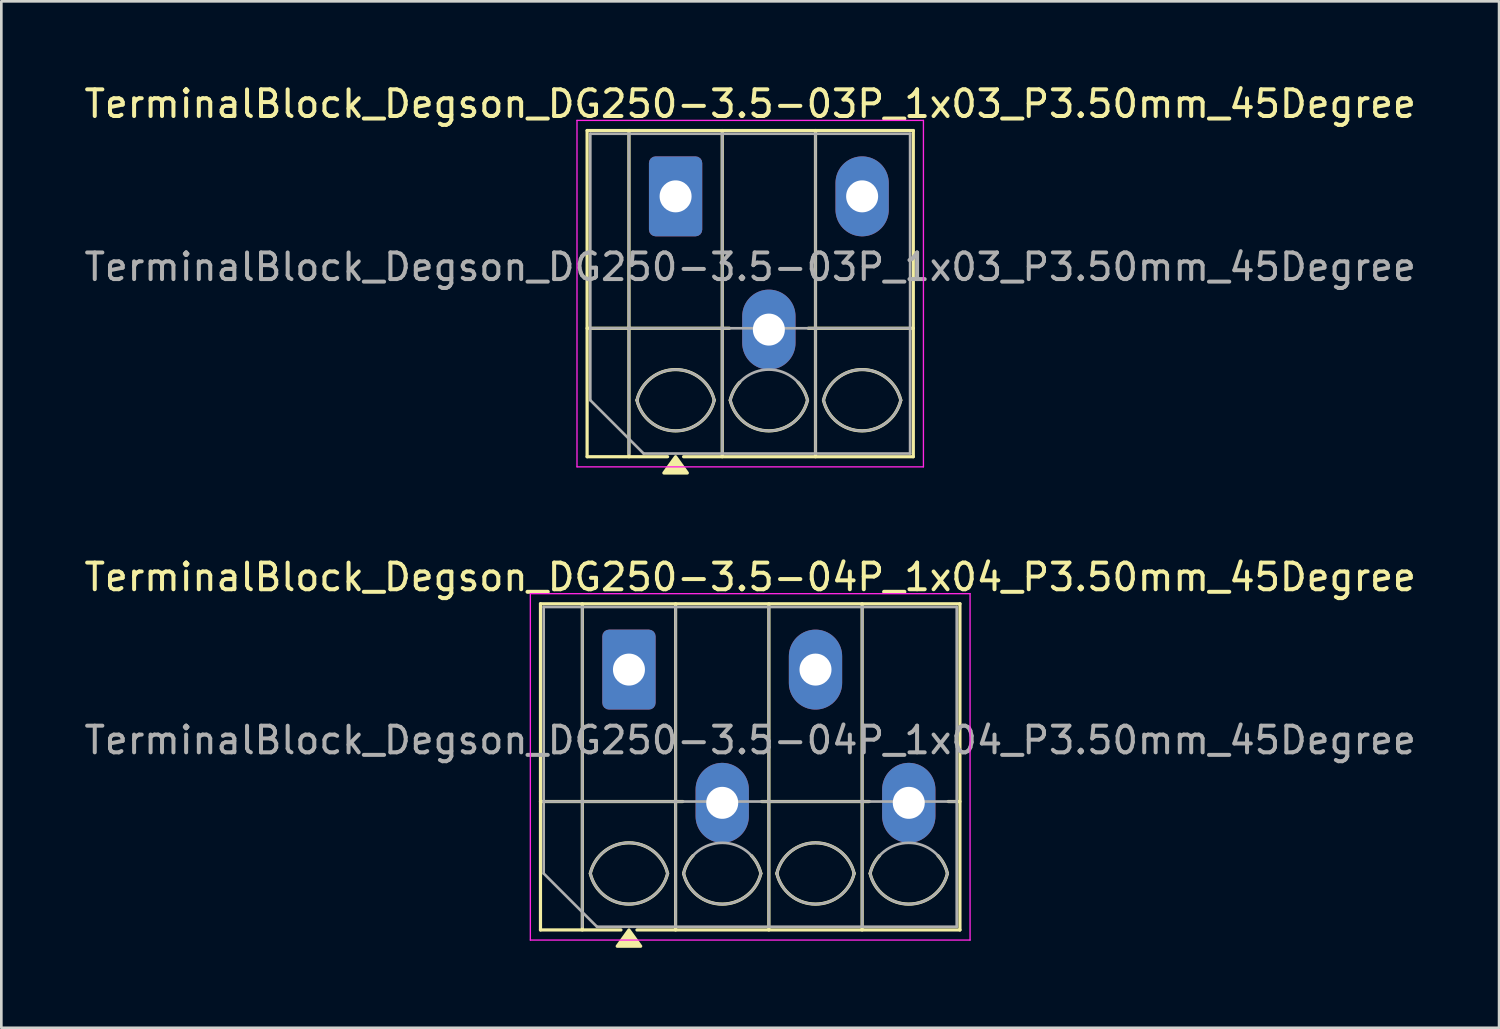
<source format=kicad_pcb>
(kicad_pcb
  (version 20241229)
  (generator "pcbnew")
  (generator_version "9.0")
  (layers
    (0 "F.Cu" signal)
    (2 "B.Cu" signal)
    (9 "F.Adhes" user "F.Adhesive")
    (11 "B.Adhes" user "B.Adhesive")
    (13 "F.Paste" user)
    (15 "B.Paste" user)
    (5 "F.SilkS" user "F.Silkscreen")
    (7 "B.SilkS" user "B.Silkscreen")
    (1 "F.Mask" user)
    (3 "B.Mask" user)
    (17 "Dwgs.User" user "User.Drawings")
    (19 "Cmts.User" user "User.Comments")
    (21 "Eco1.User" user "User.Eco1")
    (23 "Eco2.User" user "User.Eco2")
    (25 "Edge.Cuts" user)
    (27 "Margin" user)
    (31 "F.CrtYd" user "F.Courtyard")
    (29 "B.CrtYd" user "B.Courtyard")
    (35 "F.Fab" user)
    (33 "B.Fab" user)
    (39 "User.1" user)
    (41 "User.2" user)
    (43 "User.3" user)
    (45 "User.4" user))
  (footprint "TerminalBlock_Degson_DG250-3.5-04P_1x04_P3.50mm_45Degree"
    (layer "F.Cu")
    (at 20.551 22.076)
    (property "Reference" "TerminalBlock_Degson_DG250-3.5-04P_1x04_P3.50mm_45Degree" (at 4.55 -3.47 0) (layer "F.SilkS") (effects (font (size 1 1) (thickness 0.15))))
    (attr through_hole)
    (fp_line (start -3.32 -2.47) (end 12.42 -2.47) (stroke (width 0.12) (type solid)) (layer "F.SilkS"))
    (fp_line (start -3.32 4.95) (end 2.02 4.95) (stroke (width 0.12) (type solid)) (layer "F.SilkS"))
    (fp_line (start -3.32 9.77) (end -3.32 -2.47) (stroke (width 0.12) (type solid)) (layer "F.SilkS"))
    (fp_line (start -1.75 -2.47) (end -1.75 9.77) (stroke (width 0.12) (type solid)) (layer "F.SilkS"))
    (fp_line (start -0.3 9.77) (end -3.32 9.77) (stroke (width 0.12) (type solid)) (layer "F.SilkS"))
    (fp_line (start 1.75 -2.47) (end 1.75 9.77) (stroke (width 0.12) (type solid)) (layer "F.SilkS"))
    (fp_line (start 4.98 4.95) (end 9.02 4.95) (stroke (width 0.12) (type solid)) (layer "F.SilkS"))
    (fp_line (start 5.25 -2.47) (end 5.25 9.77) (stroke (width 0.12) (type solid)) (layer "F.SilkS"))
    (fp_line (start 8.75 -2.47) (end 8.75 9.77) (stroke (width 0.12) (type solid)) (layer "F.SilkS"))
    (fp_line (start 11.98 4.95) (end 12.42 4.95) (stroke (width 0.12) (type solid)) (layer "F.SilkS"))
    (fp_line (start 12.42 -2.47) (end 12.42 9.77) (stroke (width 0.12) (type solid)) (layer "F.SilkS"))
    (fp_line (start 12.42 9.77) (end 0.3 9.77) (stroke (width 0.12) (type solid)) (layer "F.SilkS"))
    (fp_arc (start -1.45 7.65) (mid 0 6.5) (end 1.45 7.65) (stroke (width 0.12) (type solid)) (layer "F.SilkS"))
    (fp_arc (start 1.45 7.65) (mid 0 8.8) (end -1.45 7.65) (stroke (width 0.12) (type solid)) (layer "F.SilkS"))
    (fp_arc (start 2.05 7.65) (mid 2.18402 7.291962) (end 2.405 6.98) (stroke (width 0.12) (type solid)) (layer "F.SilkS"))
    (fp_arc (start 4.595 6.98) (mid 4.81598 7.291962) (end 4.95 7.65) (stroke (width 0.12) (type solid)) (layer "F.SilkS"))
    (fp_arc (start 4.95 7.65) (mid 3.5 8.8) (end 2.05 7.65) (stroke (width 0.12) (type solid)) (layer "F.SilkS"))
    (fp_arc (start 5.55 7.65) (mid 7 6.5) (end 8.45 7.65) (stroke (width 0.12) (type solid)) (layer "F.SilkS"))
    (fp_arc (start 8.45 7.65) (mid 7 8.8) (end 5.55 7.65) (stroke (width 0.12) (type solid)) (layer "F.SilkS"))
    (fp_arc (start 9.05 7.65) (mid 9.18402 7.291962) (end 9.405 6.98) (stroke (width 0.12) (type solid)) (layer "F.SilkS"))
    (fp_arc (start 11.595 6.98) (mid 11.81598 7.291962) (end 11.95 7.65) (stroke (width 0.12) (type solid)) (layer "F.SilkS"))
    (fp_arc (start 11.95 7.65) (mid 10.5 8.8) (end 9.05 7.65) (stroke (width 0.12) (type solid)) (layer "F.SilkS"))
    (fp_poly (pts (xy 0 9.77) (xy 0.44 10.38) (xy -0.44 10.38)) (stroke (width 0.12) (type solid)) (fill yes) (layer "F.SilkS"))
    (fp_line (start -3.7 -2.85) (end -3.7 10.15) (stroke (width 0.05) (type solid)) (layer "F.CrtYd"))
    (fp_line (start -3.7 10.15) (end 12.8 10.15) (stroke (width 0.05) (type solid)) (layer "F.CrtYd"))
    (fp_line (start 12.8 -2.85) (end -3.7 -2.85) (stroke (width 0.05) (type solid)) (layer "F.CrtYd"))
    (fp_line (start 12.8 10.15) (end 12.8 -2.85) (stroke (width 0.05) (type solid)) (layer "F.CrtYd"))
    (fp_line (start -3.2 -2.35) (end 12.3 -2.35) (stroke (width 0.1) (type solid)) (layer "F.Fab"))
    (fp_line (start -3.2 4.95) (end 12.3 4.95) (stroke (width 0.1) (type solid)) (layer "F.Fab"))
    (fp_line (start -3.2 7.65) (end -3.2 -2.35) (stroke (width 0.1) (type solid)) (layer "F.Fab"))
    (fp_line (start -1.75 -2.35) (end -1.75 9.65) (stroke (width 0.1) (type solid)) (layer "F.Fab"))
    (fp_line (start -1.2 9.65) (end -3.2 7.65) (stroke (width 0.1) (type solid)) (layer "F.Fab"))
    (fp_line (start 1.75 -2.35) (end 1.75 9.65) (stroke (width 0.1) (type solid)) (layer "F.Fab"))
    (fp_line (start 5.25 -2.35) (end 5.25 9.65) (stroke (width 0.1) (type solid)) (layer "F.Fab"))
    (fp_line (start 8.75 -2.35) (end 8.75 9.65) (stroke (width 0.1) (type solid)) (layer "F.Fab"))
    (fp_line (start 12.3 -2.35) (end 12.3 9.65) (stroke (width 0.1) (type solid)) (layer "F.Fab"))
    (fp_line (start 12.3 9.65) (end -1.2 9.65) (stroke (width 0.1) (type solid)) (layer "F.Fab"))
    (fp_arc (start -1.45 7.65) (mid 0 6.5) (end 1.45 7.65) (stroke (width 0.1) (type solid)) (layer "F.Fab"))
    (fp_arc (start 1.45 7.65) (mid 0 8.8) (end -1.45 7.65) (stroke (width 0.1) (type solid)) (layer "F.Fab"))
    (fp_arc (start 2.05 7.65) (mid 3.5 6.5) (end 4.95 7.65) (stroke (width 0.1) (type solid)) (layer "F.Fab"))
    (fp_arc (start 4.95 7.65) (mid 3.5 8.8) (end 2.05 7.65) (stroke (width 0.1) (type solid)) (layer "F.Fab"))
    (fp_arc (start 5.55 7.65) (mid 7 6.5) (end 8.45 7.65) (stroke (width 0.1) (type solid)) (layer "F.Fab"))
    (fp_arc (start 8.45 7.65) (mid 7 8.8) (end 5.55 7.65) (stroke (width 0.1) (type solid)) (layer "F.Fab"))
    (fp_arc (start 9.05 7.65) (mid 10.5 6.5) (end 11.95 7.65) (stroke (width 0.1) (type solid)) (layer "F.Fab"))
    (fp_arc (start 11.95 7.65) (mid 10.5 8.8) (end 9.05 7.65) (stroke (width 0.1) (type solid)) (layer "F.Fab"))
    (fp_text user "${REFERENCE}" (at 4.55 2.65 0) (layer "F.Fab") (effects (font (size 1 1) (thickness 0.15))))
    (pad "1" thru_hole roundrect (at 0 0) (size 2 3) (drill 1.2) (layers "*.Cu" "*.Mask") (roundrect_rratio 0.125))
    (pad "2" thru_hole oval (at 3.5 5) (size 2 3) (drill 1.2) (layers "*.Cu" "*.Mask"))
    (pad "3" thru_hole oval (at 7 0) (size 2 3) (drill 1.2) (layers "*.Cu" "*.Mask"))
    (pad "4" thru_hole oval (at 10.5 5) (size 2 3) (drill 1.2) (layers "*.Cu" "*.Mask")))
  (footprint "TerminalBlock_Degson_DG250-3.5-03P_1x03_P3.50mm_45Degree"
    (layer "F.Cu")
    (at 22.301 4.318)
    (property "Reference" "TerminalBlock_Degson_DG250-3.5-03P_1x03_P3.50mm_45Degree" (at 2.8 -3.47 0) (layer "F.SilkS") (effects (font (size 1 1) (thickness 0.15))))
    (attr through_hole)
    (fp_line (start -3.32 -2.47) (end 8.92 -2.47) (stroke (width 0.12) (type solid)) (layer "F.SilkS"))
    (fp_line (start -3.32 4.95) (end 2.02 4.95) (stroke (width 0.12) (type solid)) (layer "F.SilkS"))
    (fp_line (start -3.32 9.77) (end -3.32 -2.47) (stroke (width 0.12) (type solid)) (layer "F.SilkS"))
    (fp_line (start -1.75 -2.47) (end -1.75 9.77) (stroke (width 0.12) (type solid)) (layer "F.SilkS"))
    (fp_line (start -0.3 9.77) (end -3.32 9.77) (stroke (width 0.12) (type solid)) (layer "F.SilkS"))
    (fp_line (start 1.75 -2.47) (end 1.75 9.77) (stroke (width 0.12) (type solid)) (layer "F.SilkS"))
    (fp_line (start 4.98 4.95) (end 8.92 4.95) (stroke (width 0.12) (type solid)) (layer "F.SilkS"))
    (fp_line (start 5.25 -2.47) (end 5.25 9.77) (stroke (width 0.12) (type solid)) (layer "F.SilkS"))
    (fp_line (start 8.92 -2.47) (end 8.92 9.77) (stroke (width 0.12) (type solid)) (layer "F.SilkS"))
    (fp_line (start 8.92 9.77) (end 0.3 9.77) (stroke (width 0.12) (type solid)) (layer "F.SilkS"))
    (fp_arc (start -1.45 7.65) (mid 0 6.5) (end 1.45 7.65) (stroke (width 0.12) (type solid)) (layer "F.SilkS"))
    (fp_arc (start 1.45 7.65) (mid 0 8.8) (end -1.45 7.65) (stroke (width 0.12) (type solid)) (layer "F.SilkS"))
    (fp_arc (start 2.05 7.65) (mid 2.18402 7.291962) (end 2.405 6.98) (stroke (width 0.12) (type solid)) (layer "F.SilkS"))
    (fp_arc (start 4.595 6.98) (mid 4.81598 7.291962) (end 4.95 7.65) (stroke (width 0.12) (type solid)) (layer "F.SilkS"))
    (fp_arc (start 4.95 7.65) (mid 3.5 8.8) (end 2.05 7.65) (stroke (width 0.12) (type solid)) (layer "F.SilkS"))
    (fp_arc (start 5.55 7.65) (mid 7 6.5) (end 8.45 7.65) (stroke (width 0.12) (type solid)) (layer "F.SilkS"))
    (fp_arc (start 8.45 7.65) (mid 7 8.8) (end 5.55 7.65) (stroke (width 0.12) (type solid)) (layer "F.SilkS"))
    (fp_poly (pts (xy 0 9.77) (xy 0.44 10.38) (xy -0.44 10.38)) (stroke (width 0.12) (type solid)) (fill yes) (layer "F.SilkS"))
    (fp_line (start -3.7 -2.85) (end -3.7 10.15) (stroke (width 0.05) (type solid)) (layer "F.CrtYd"))
    (fp_line (start -3.7 10.15) (end 9.3 10.15) (stroke (width 0.05) (type solid)) (layer "F.CrtYd"))
    (fp_line (start 9.3 -2.85) (end -3.7 -2.85) (stroke (width 0.05) (type solid)) (layer "F.CrtYd"))
    (fp_line (start 9.3 10.15) (end 9.3 -2.85) (stroke (width 0.05) (type solid)) (layer "F.CrtYd"))
    (fp_line (start -3.2 -2.35) (end 8.8 -2.35) (stroke (width 0.1) (type solid)) (layer "F.Fab"))
    (fp_line (start -3.2 4.95) (end 8.8 4.95) (stroke (width 0.1) (type solid)) (layer "F.Fab"))
    (fp_line (start -3.2 7.65) (end -3.2 -2.35) (stroke (width 0.1) (type solid)) (layer "F.Fab"))
    (fp_line (start -1.75 -2.35) (end -1.75 9.65) (stroke (width 0.1) (type solid)) (layer "F.Fab"))
    (fp_line (start -1.2 9.65) (end -3.2 7.65) (stroke (width 0.1) (type solid)) (layer "F.Fab"))
    (fp_line (start 1.75 -2.35) (end 1.75 9.65) (stroke (width 0.1) (type solid)) (layer "F.Fab"))
    (fp_line (start 5.25 -2.35) (end 5.25 9.65) (stroke (width 0.1) (type solid)) (layer "F.Fab"))
    (fp_line (start 8.8 -2.35) (end 8.8 9.65) (stroke (width 0.1) (type solid)) (layer "F.Fab"))
    (fp_line (start 8.8 9.65) (end -1.2 9.65) (stroke (width 0.1) (type solid)) (layer "F.Fab"))
    (fp_arc (start -1.45 7.65) (mid 0 6.5) (end 1.45 7.65) (stroke (width 0.1) (type solid)) (layer "F.Fab"))
    (fp_arc (start 1.45 7.65) (mid 0 8.8) (end -1.45 7.65) (stroke (width 0.1) (type solid)) (layer "F.Fab"))
    (fp_arc (start 2.05 7.65) (mid 3.5 6.5) (end 4.95 7.65) (stroke (width 0.1) (type solid)) (layer "F.Fab"))
    (fp_arc (start 4.95 7.65) (mid 3.5 8.8) (end 2.05 7.65) (stroke (width 0.1) (type solid)) (layer "F.Fab"))
    (fp_arc (start 5.55 7.65) (mid 7 6.5) (end 8.45 7.65) (stroke (width 0.1) (type solid)) (layer "F.Fab"))
    (fp_arc (start 8.45 7.65) (mid 7 8.8) (end 5.55 7.65) (stroke (width 0.1) (type solid)) (layer "F.Fab"))
    (fp_text user "${REFERENCE}" (at 2.8 2.65 0) (layer "F.Fab") (effects (font (size 1 1) (thickness 0.15))))
    (pad "1" thru_hole roundrect (at 0 0) (size 2 3) (drill 1.2) (layers "*.Cu" "*.Mask") (roundrect_rratio 0.125))
    (pad "2" thru_hole oval (at 3.5 5) (size 2 3) (drill 1.2) (layers "*.Cu" "*.Mask"))
    (pad "3" thru_hole oval (at 7 0) (size 2 3) (drill 1.2) (layers "*.Cu" "*.Mask")))
  (gr_rect
    (start -3 -3)
    (end 53.202 35.517)
    (stroke (width 0.1) (type default))
    (fill no)
    (layer "Edge.Cuts")))
</source>
